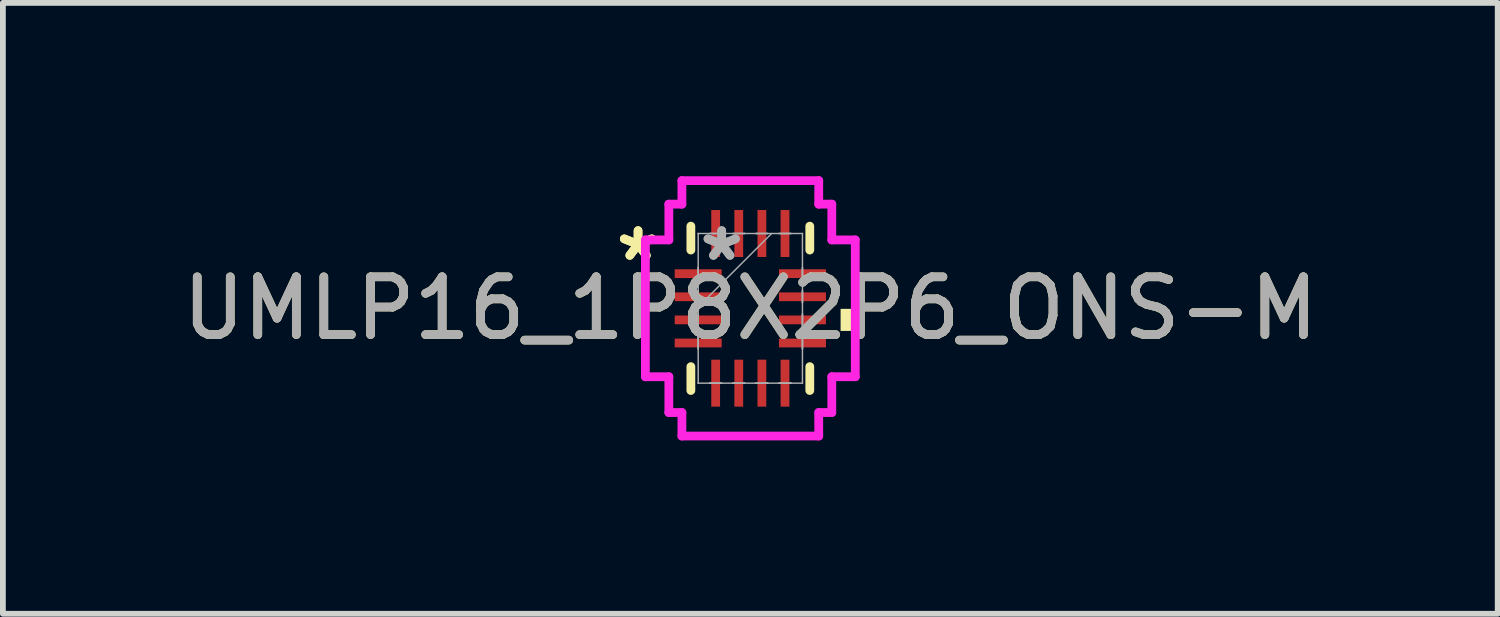
<source format=kicad_pcb>
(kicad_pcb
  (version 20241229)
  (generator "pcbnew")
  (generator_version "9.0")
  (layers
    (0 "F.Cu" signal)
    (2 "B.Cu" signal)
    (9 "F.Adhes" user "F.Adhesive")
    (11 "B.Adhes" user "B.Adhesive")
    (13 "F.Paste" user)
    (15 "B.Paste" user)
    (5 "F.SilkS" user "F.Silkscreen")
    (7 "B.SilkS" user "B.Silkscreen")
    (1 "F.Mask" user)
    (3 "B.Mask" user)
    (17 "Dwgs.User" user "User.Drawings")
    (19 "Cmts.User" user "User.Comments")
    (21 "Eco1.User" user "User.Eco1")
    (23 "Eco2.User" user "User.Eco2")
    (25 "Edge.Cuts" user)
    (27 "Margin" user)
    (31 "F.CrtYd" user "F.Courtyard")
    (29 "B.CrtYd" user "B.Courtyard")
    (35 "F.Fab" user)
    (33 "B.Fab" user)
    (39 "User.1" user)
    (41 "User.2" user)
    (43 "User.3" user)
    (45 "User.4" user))
  (footprint "UMLP16_1P8X2P6_ONS-M"
    (layer "F.Cu")
    (at 9.935 2.286)
    (property "Reference" "UMLP16_1P8X2P6_ONS-M" (at 0 0 0) (unlocked yes) (layer "F.SilkS") (effects (font (size 1 1) (thickness 0.15))))
    (attr smd)
    (fp_line (start -1.029 -1.422) (end -1.029 -1.009) (stroke (width 0.152) (type solid)) (layer "F.SilkS"))
    (fp_line (start -1.029 1.009) (end -1.029 1.422) (stroke (width 0.152) (type solid)) (layer "F.SilkS"))
    (fp_line (start 1.029 -1.009) (end 1.029 -1.422) (stroke (width 0.152) (type solid)) (layer "F.SilkS"))
    (fp_line (start 1.029 1.422) (end 1.029 1.009) (stroke (width 0.152) (type solid)) (layer "F.SilkS"))
    (fp_poly (pts (xy 1.816 0.009) (xy 1.816 0.391) (xy 1.562 0.391) (xy 1.562 0.009)) (stroke (width 0) (type solid)) (fill yes) (layer "F.SilkS"))
    (fp_line (start -1.816 -1.184) (end -1.41 -1.184) (stroke (width 0.152) (type solid)) (layer "F.CrtYd"))
    (fp_line (start -1.816 1.184) (end -1.816 -1.184) (stroke (width 0.152) (type solid)) (layer "F.CrtYd"))
    (fp_line (start -1.41 -1.803) (end -1.184 -1.803) (stroke (width 0.152) (type solid)) (layer "F.CrtYd"))
    (fp_line (start -1.41 -1.184) (end -1.41 -1.803) (stroke (width 0.152) (type solid)) (layer "F.CrtYd"))
    (fp_line (start -1.41 1.184) (end -1.816 1.184) (stroke (width 0.152) (type solid)) (layer "F.CrtYd"))
    (fp_line (start -1.41 1.803) (end -1.41 1.184) (stroke (width 0.152) (type solid)) (layer "F.CrtYd"))
    (fp_line (start -1.184 -2.21) (end 1.184 -2.21) (stroke (width 0.152) (type solid)) (layer "F.CrtYd"))
    (fp_line (start -1.184 -1.803) (end -1.184 -2.21) (stroke (width 0.152) (type solid)) (layer "F.CrtYd"))
    (fp_line (start -1.184 1.803) (end -1.41 1.803) (stroke (width 0.152) (type solid)) (layer "F.CrtYd"))
    (fp_line (start -1.184 2.21) (end -1.184 1.803) (stroke (width 0.152) (type solid)) (layer "F.CrtYd"))
    (fp_line (start 1.184 -2.21) (end 1.184 -1.803) (stroke (width 0.152) (type solid)) (layer "F.CrtYd"))
    (fp_line (start 1.184 -1.803) (end 1.41 -1.803) (stroke (width 0.152) (type solid)) (layer "F.CrtYd"))
    (fp_line (start 1.184 1.803) (end 1.184 2.21) (stroke (width 0.152) (type solid)) (layer "F.CrtYd"))
    (fp_line (start 1.184 2.21) (end -1.184 2.21) (stroke (width 0.152) (type solid)) (layer "F.CrtYd"))
    (fp_line (start 1.41 -1.803) (end 1.41 -1.184) (stroke (width 0.152) (type solid)) (layer "F.CrtYd"))
    (fp_line (start 1.41 -1.184) (end 1.816 -1.184) (stroke (width 0.152) (type solid)) (layer "F.CrtYd"))
    (fp_line (start 1.41 1.184) (end 1.41 1.803) (stroke (width 0.152) (type solid)) (layer "F.CrtYd"))
    (fp_line (start 1.41 1.803) (end 1.184 1.803) (stroke (width 0.152) (type solid)) (layer "F.CrtYd"))
    (fp_line (start 1.816 -1.184) (end 1.816 1.184) (stroke (width 0.152) (type solid)) (layer "F.CrtYd"))
    (fp_line (start 1.816 1.184) (end 1.41 1.184) (stroke (width 0.152) (type solid)) (layer "F.CrtYd"))
    (fp_line (start -0.902 -1.295) (end -0.902 -1.295) (stroke (width 0.025) (type solid)) (layer "F.Fab"))
    (fp_line (start -0.902 -1.295) (end -0.902 1.295) (stroke (width 0.025) (type solid)) (layer "F.Fab"))
    (fp_line (start -0.902 -0.702) (end -0.902 -0.702) (stroke (width 0.025) (type solid)) (layer "F.Fab"))
    (fp_line (start -0.902 -0.702) (end -0.902 -0.498) (stroke (width 0.025) (type solid)) (layer "F.Fab"))
    (fp_line (start -0.902 -0.498) (end -0.902 -0.702) (stroke (width 0.025) (type solid)) (layer "F.Fab"))
    (fp_line (start -0.902 -0.498) (end -0.902 -0.498) (stroke (width 0.025) (type solid)) (layer "F.Fab"))
    (fp_line (start -0.902 -0.302) (end -0.902 -0.302) (stroke (width 0.025) (type solid)) (layer "F.Fab"))
    (fp_line (start -0.902 -0.302) (end -0.902 -0.098) (stroke (width 0.025) (type solid)) (layer "F.Fab"))
    (fp_line (start -0.902 -0.098) (end -0.902 -0.302) (stroke (width 0.025) (type solid)) (layer "F.Fab"))
    (fp_line (start -0.902 -0.098) (end -0.902 -0.098) (stroke (width 0.025) (type solid)) (layer "F.Fab"))
    (fp_line (start -0.902 -0.025) (end 0.368 -1.295) (stroke (width 0.025) (type solid)) (layer "F.Fab"))
    (fp_line (start -0.902 0.098) (end -0.902 0.098) (stroke (width 0.025) (type solid)) (layer "F.Fab"))
    (fp_line (start -0.902 0.098) (end -0.902 0.302) (stroke (width 0.025) (type solid)) (layer "F.Fab"))
    (fp_line (start -0.902 0.302) (end -0.902 0.098) (stroke (width 0.025) (type solid)) (layer "F.Fab"))
    (fp_line (start -0.902 0.302) (end -0.902 0.302) (stroke (width 0.025) (type solid)) (layer "F.Fab"))
    (fp_line (start -0.902 0.498) (end -0.902 0.498) (stroke (width 0.025) (type solid)) (layer "F.Fab"))
    (fp_line (start -0.902 0.498) (end -0.902 0.702) (stroke (width 0.025) (type solid)) (layer "F.Fab"))
    (fp_line (start -0.902 0.702) (end -0.902 0.498) (stroke (width 0.025) (type solid)) (layer "F.Fab"))
    (fp_line (start -0.902 0.702) (end -0.902 0.702) (stroke (width 0.025) (type solid)) (layer "F.Fab"))
    (fp_line (start -0.902 1.295) (end -0.902 1.295) (stroke (width 0.025) (type solid)) (layer "F.Fab"))
    (fp_line (start -0.902 1.295) (end 0.902 1.295) (stroke (width 0.025) (type solid)) (layer "F.Fab"))
    (fp_line (start -0.702 -1.295) (end -0.702 -1.295) (stroke (width 0.025) (type solid)) (layer "F.Fab"))
    (fp_line (start -0.702 -1.295) (end -0.498 -1.295) (stroke (width 0.025) (type solid)) (layer "F.Fab"))
    (fp_line (start -0.702 1.295) (end -0.702 1.295) (stroke (width 0.025) (type solid)) (layer "F.Fab"))
    (fp_line (start -0.702 1.295) (end -0.498 1.295) (stroke (width 0.025) (type solid)) (layer "F.Fab"))
    (fp_line (start -0.498 -1.295) (end -0.702 -1.295) (stroke (width 0.025) (type solid)) (layer "F.Fab"))
    (fp_line (start -0.498 -1.295) (end -0.498 -1.295) (stroke (width 0.025) (type solid)) (layer "F.Fab"))
    (fp_line (start -0.498 1.295) (end -0.702 1.295) (stroke (width 0.025) (type solid)) (layer "F.Fab"))
    (fp_line (start -0.498 1.295) (end -0.498 1.295) (stroke (width 0.025) (type solid)) (layer "F.Fab"))
    (fp_line (start -0.302 -1.295) (end -0.302 -1.295) (stroke (width 0.025) (type solid)) (layer "F.Fab"))
    (fp_line (start -0.302 -1.295) (end -0.098 -1.295) (stroke (width 0.025) (type solid)) (layer "F.Fab"))
    (fp_line (start -0.302 1.295) (end -0.302 1.295) (stroke (width 0.025) (type solid)) (layer "F.Fab"))
    (fp_line (start -0.302 1.295) (end -0.098 1.295) (stroke (width 0.025) (type solid)) (layer "F.Fab"))
    (fp_line (start -0.098 -1.295) (end -0.302 -1.295) (stroke (width 0.025) (type solid)) (layer "F.Fab"))
    (fp_line (start -0.098 -1.295) (end -0.098 -1.295) (stroke (width 0.025) (type solid)) (layer "F.Fab"))
    (fp_line (start -0.098 1.295) (end -0.302 1.295) (stroke (width 0.025) (type solid)) (layer "F.Fab"))
    (fp_line (start -0.098 1.295) (end -0.098 1.295) (stroke (width 0.025) (type solid)) (layer "F.Fab"))
    (fp_line (start 0.098 -1.295) (end 0.098 -1.295) (stroke (width 0.025) (type solid)) (layer "F.Fab"))
    (fp_line (start 0.098 -1.295) (end 0.302 -1.295) (stroke (width 0.025) (type solid)) (layer "F.Fab"))
    (fp_line (start 0.098 1.295) (end 0.098 1.295) (stroke (width 0.025) (type solid)) (layer "F.Fab"))
    (fp_line (start 0.098 1.295) (end 0.302 1.295) (stroke (width 0.025) (type solid)) (layer "F.Fab"))
    (fp_line (start 0.302 -1.295) (end 0.098 -1.295) (stroke (width 0.025) (type solid)) (layer "F.Fab"))
    (fp_line (start 0.302 -1.295) (end 0.302 -1.295) (stroke (width 0.025) (type solid)) (layer "F.Fab"))
    (fp_line (start 0.302 1.295) (end 0.098 1.295) (stroke (width 0.025) (type solid)) (layer "F.Fab"))
    (fp_line (start 0.302 1.295) (end 0.302 1.295) (stroke (width 0.025) (type solid)) (layer "F.Fab"))
    (fp_line (start 0.498 -1.295) (end 0.498 -1.295) (stroke (width 0.025) (type solid)) (layer "F.Fab"))
    (fp_line (start 0.498 -1.295) (end 0.702 -1.295) (stroke (width 0.025) (type solid)) (layer "F.Fab"))
    (fp_line (start 0.498 1.295) (end 0.498 1.295) (stroke (width 0.025) (type solid)) (layer "F.Fab"))
    (fp_line (start 0.498 1.295) (end 0.702 1.295) (stroke (width 0.025) (type solid)) (layer "F.Fab"))
    (fp_line (start 0.702 -1.295) (end 0.498 -1.295) (stroke (width 0.025) (type solid)) (layer "F.Fab"))
    (fp_line (start 0.702 -1.295) (end 0.702 -1.295) (stroke (width 0.025) (type solid)) (layer "F.Fab"))
    (fp_line (start 0.702 1.295) (end 0.498 1.295) (stroke (width 0.025) (type solid)) (layer "F.Fab"))
    (fp_line (start 0.702 1.295) (end 0.702 1.295) (stroke (width 0.025) (type solid)) (layer "F.Fab"))
    (fp_line (start 0.902 -1.295) (end -0.902 -1.295) (stroke (width 0.025) (type solid)) (layer "F.Fab"))
    (fp_line (start 0.902 -1.295) (end 0.902 -1.295) (stroke (width 0.025) (type solid)) (layer "F.Fab"))
    (fp_line (start 0.902 -0.702) (end 0.902 -0.702) (stroke (width 0.025) (type solid)) (layer "F.Fab"))
    (fp_line (start 0.902 -0.702) (end 0.902 -0.498) (stroke (width 0.025) (type solid)) (layer "F.Fab"))
    (fp_line (start 0.902 -0.498) (end 0.902 -0.702) (stroke (width 0.025) (type solid)) (layer "F.Fab"))
    (fp_line (start 0.902 -0.498) (end 0.902 -0.498) (stroke (width 0.025) (type solid)) (layer "F.Fab"))
    (fp_line (start 0.902 -0.302) (end 0.902 -0.302) (stroke (width 0.025) (type solid)) (layer "F.Fab"))
    (fp_line (start 0.902 -0.302) (end 0.902 -0.098) (stroke (width 0.025) (type solid)) (layer "F.Fab"))
    (fp_line (start 0.902 -0.098) (end 0.902 -0.302) (stroke (width 0.025) (type solid)) (layer "F.Fab"))
    (fp_line (start 0.902 -0.098) (end 0.902 -0.098) (stroke (width 0.025) (type solid)) (layer "F.Fab"))
    (fp_line (start 0.902 0.098) (end 0.902 0.098) (stroke (width 0.025) (type solid)) (layer "F.Fab"))
    (fp_line (start 0.902 0.098) (end 0.902 0.302) (stroke (width 0.025) (type solid)) (layer "F.Fab"))
    (fp_line (start 0.902 0.302) (end 0.902 0.098) (stroke (width 0.025) (type solid)) (layer "F.Fab"))
    (fp_line (start 0.902 0.302) (end 0.902 0.302) (stroke (width 0.025) (type solid)) (layer "F.Fab"))
    (fp_line (start 0.902 0.498) (end 0.902 0.498) (stroke (width 0.025) (type solid)) (layer "F.Fab"))
    (fp_line (start 0.902 0.498) (end 0.902 0.702) (stroke (width 0.025) (type solid)) (layer "F.Fab"))
    (fp_line (start 0.902 0.702) (end 0.902 0.498) (stroke (width 0.025) (type solid)) (layer "F.Fab"))
    (fp_line (start 0.902 0.702) (end 0.902 0.702) (stroke (width 0.025) (type solid)) (layer "F.Fab"))
    (fp_line (start 0.902 1.295) (end 0.902 -1.295) (stroke (width 0.025) (type solid)) (layer "F.Fab"))
    (fp_line (start 0.902 1.295) (end 0.902 1.295) (stroke (width 0.025) (type solid)) (layer "F.Fab"))
    (fp_text user "*" (at -1.943 -0.8 0) (unlocked yes) (layer "F.SilkS") (effects (font (size 1 1) (thickness 0.15))))
    (fp_text user "*" (at -1.943 -0.8 0) (layer "F.SilkS") (effects (font (size 1 1) (thickness 0.15))))
    (fp_text user "*" (at -0.495 -0.8 0) (layer "F.Fab") (effects (font (size 1 1) (thickness 0.15))))
    (fp_text user "*" (at -0.495 -0.8 0) (unlocked yes) (layer "F.Fab") (effects (font (size 1 1) (thickness 0.15))))
    (fp_text user "${REFERENCE}" (at 0 0 0) (unlocked yes) (layer "F.Fab") (effects (font (size 1 1) (thickness 0.15))))
    (pad "1" smd rect (at -0.902 -0.6 90) (size 0.152 0.813) (layers "F.Cu" "F.Mask" "F.Paste"))
    (pad "2" smd rect (at -0.902 -0.2 90) (size 0.152 0.813) (layers "F.Cu" "F.Mask" "F.Paste"))
    (pad "3" smd rect (at -0.902 0.2 90) (size 0.152 0.813) (layers "F.Cu" "F.Mask" "F.Paste"))
    (pad "4" smd rect (at -0.902 0.6 90) (size 0.152 0.813) (layers "F.Cu" "F.Mask" "F.Paste"))
    (pad "5" smd rect (at -0.6 1.295) (size 0.152 0.813) (layers "F.Cu" "F.Mask" "F.Paste"))
    (pad "6" smd rect (at -0.2 1.295) (size 0.152 0.813) (layers "F.Cu" "F.Mask" "F.Paste"))
    (pad "7" smd rect (at 0.2 1.295) (size 0.152 0.813) (layers "F.Cu" "F.Mask" "F.Paste"))
    (pad "8" smd rect (at 0.6 1.295) (size 0.152 0.813) (layers "F.Cu" "F.Mask" "F.Paste"))
    (pad "9" smd rect (at 0.902 0.6 90) (size 0.152 0.813) (layers "F.Cu" "F.Mask" "F.Paste"))
    (pad "10" smd rect (at 0.902 0.2 90) (size 0.152 0.813) (layers "F.Cu" "F.Mask" "F.Paste"))
    (pad "11" smd rect (at 0.902 -0.2 90) (size 0.152 0.813) (layers "F.Cu" "F.Mask" "F.Paste"))
    (pad "12" smd rect (at 0.902 -0.6 90) (size 0.152 0.813) (layers "F.Cu" "F.Mask" "F.Paste"))
    (pad "13" smd rect (at 0.6 -1.295) (size 0.152 0.813) (layers "F.Cu" "F.Mask" "F.Paste"))
    (pad "14" smd rect (at 0.2 -1.295) (size 0.152 0.813) (layers "F.Cu" "F.Mask" "F.Paste"))
    (pad "15" smd rect (at -0.2 -1.295) (size 0.152 0.813) (layers "F.Cu" "F.Mask" "F.Paste"))
    (pad "16" smd rect (at -0.6 -1.295) (size 0.152 0.813) (layers "F.Cu" "F.Mask" "F.Paste")))
  (gr_rect
    (start -3 -3)
    (end 22.869 7.572)
    (stroke (width 0.1) (type default))
    (fill no)
    (layer "Edge.Cuts")))
</source>
